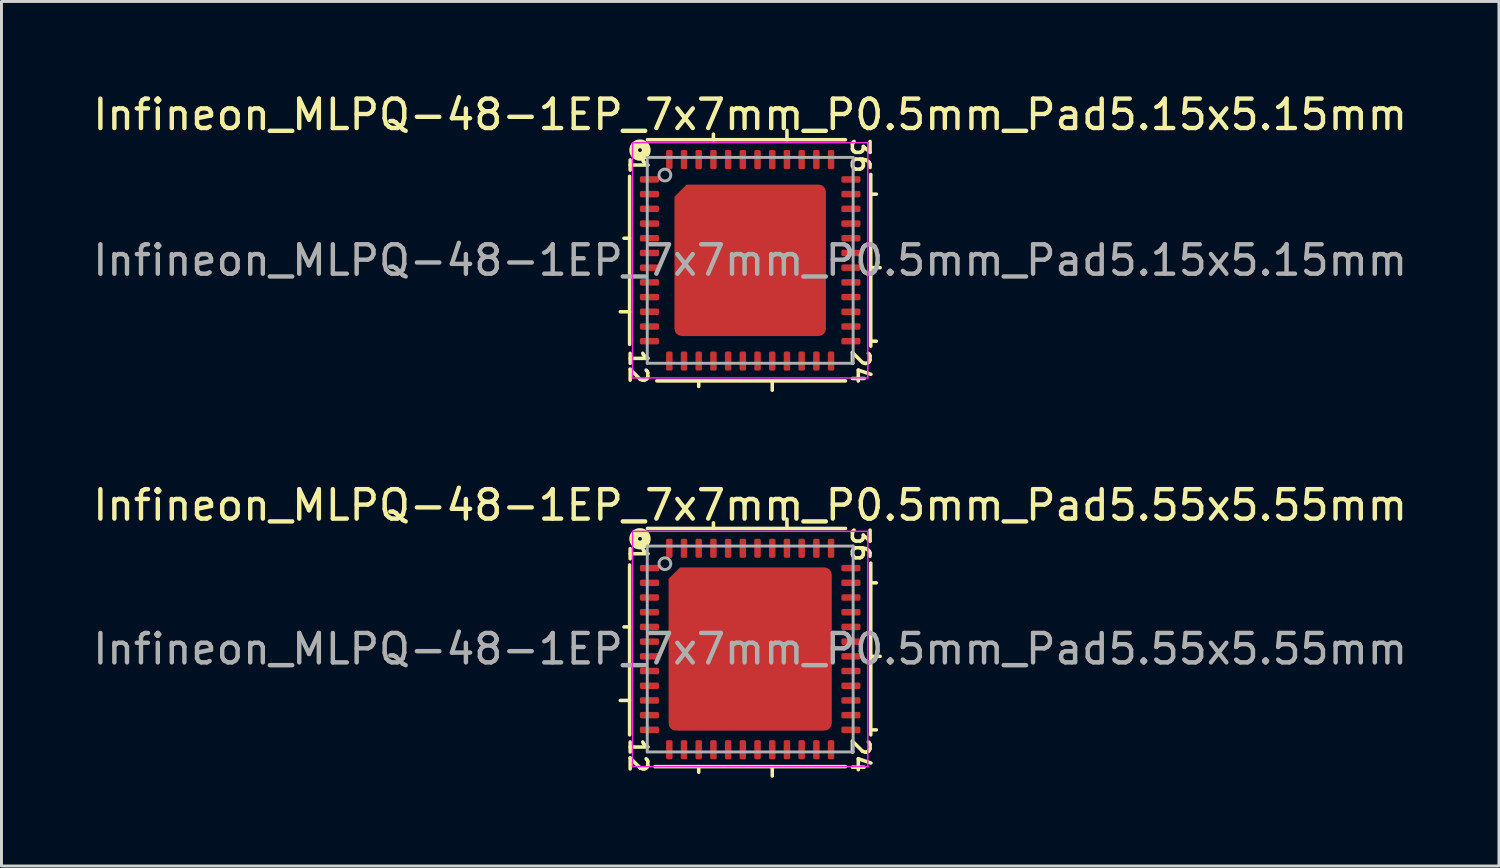
<source format=kicad_pcb>
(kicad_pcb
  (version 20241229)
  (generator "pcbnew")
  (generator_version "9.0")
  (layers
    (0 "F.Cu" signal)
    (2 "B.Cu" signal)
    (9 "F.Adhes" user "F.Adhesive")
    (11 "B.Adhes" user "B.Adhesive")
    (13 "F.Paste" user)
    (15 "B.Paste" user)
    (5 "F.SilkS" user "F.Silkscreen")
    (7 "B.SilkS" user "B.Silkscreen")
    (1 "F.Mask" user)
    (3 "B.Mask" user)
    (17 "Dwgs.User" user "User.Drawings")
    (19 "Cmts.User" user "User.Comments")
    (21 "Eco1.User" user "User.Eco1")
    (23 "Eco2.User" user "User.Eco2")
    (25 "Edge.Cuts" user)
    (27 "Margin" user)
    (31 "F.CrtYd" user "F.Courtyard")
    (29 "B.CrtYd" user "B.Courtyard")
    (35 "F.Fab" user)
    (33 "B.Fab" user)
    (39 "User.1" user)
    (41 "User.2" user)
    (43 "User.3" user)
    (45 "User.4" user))
  (footprint "Infineon_MLPQ-48-1EP_7x7mm_P0.5mm_Pad5.15x5.15mm"
    (layer "F.Cu")
    (at 22.458 5.801)
    (property "Reference" "Infineon_MLPQ-48-1EP_7x7mm_P0.5mm_Pad5.15x5.15mm" (at 0 -4.953 0) (layer "F.SilkS") (effects (font (size 1 1) (thickness 0.15))))
    (attr smd)
    (fp_line (start -4.418 1.75) (end -4.1 1.75) (stroke (width 0.12) (type solid)) (layer "F.SilkS"))
    (fp_line (start -4.29 -0.75) (end -4.1 -0.75) (stroke (width 0.12) (type solid)) (layer "F.SilkS"))
    (fp_line (start -4.1 -2.857) (end -4.1 2.857) (stroke (width 0.12) (type solid)) (layer "F.SilkS"))
    (fp_line (start -3.175 4.1) (end 3.239 4.1) (stroke (width 0.12) (type solid)) (layer "F.SilkS"))
    (fp_line (start -1.75 4.29) (end -1.75 4.1) (stroke (width 0.12) (type solid)) (layer "F.SilkS"))
    (fp_line (start -1.25 -4.29) (end -1.25 -4.1) (stroke (width 0.12) (type solid)) (layer "F.SilkS"))
    (fp_line (start 0.75 4.418) (end 0.75 4.1) (stroke (width 0.12) (type solid)) (layer "F.SilkS"))
    (fp_line (start 1.25 -4.418) (end 1.25 -4.1) (stroke (width 0.12) (type solid)) (layer "F.SilkS"))
    (fp_line (start 3.239 -4.1) (end -3.493 -4.1) (stroke (width 0.12) (type solid)) (layer "F.SilkS"))
    (fp_line (start 4.1 2.921) (end 4.1 -2.921) (stroke (width 0.12) (type solid)) (layer "F.SilkS"))
    (fp_line (start 4.29 -2.25) (end 4.1 -2.25) (stroke (width 0.12) (type solid)) (layer "F.SilkS"))
    (fp_line (start 4.29 2.75) (end 4.1 2.75) (stroke (width 0.12) (type solid)) (layer "F.SilkS"))
    (fp_line (start 4.418 0.25) (end 4.1 0.25) (stroke (width 0.12) (type solid)) (layer "F.SilkS"))
    (fp_circle (center -3.747 -3.747) (end -3.683 -3.747) (stroke (width 0.3) (type solid)) (fill no) (layer "F.SilkS"))
    (fp_line (start -4 -4) (end -4 4) (stroke (width 0.05) (type solid)) (layer "F.CrtYd"))
    (fp_line (start -4 4) (end 4 4) (stroke (width 0.05) (type solid)) (layer "F.CrtYd"))
    (fp_line (start 4 -4) (end -4 -4) (stroke (width 0.05) (type solid)) (layer "F.CrtYd"))
    (fp_line (start 4 4) (end 4 -4) (stroke (width 0.05) (type solid)) (layer "F.CrtYd"))
    (fp_line (start -3.5 3.5) (end -3.5 -3.5) (stroke (width 0.1) (type solid)) (layer "F.Fab"))
    (fp_line (start 3.5 -3.5) (end -3.5 -3.5) (stroke (width 0.1) (type solid)) (layer "F.Fab"))
    (fp_line (start 3.5 -3.5) (end 3.5 3.5) (stroke (width 0.1) (type solid)) (layer "F.Fab"))
    (fp_line (start 3.5 3.5) (end -3.5 3.5) (stroke (width 0.1) (type solid)) (layer "F.Fab"))
    (fp_circle (center -2.9 -2.9) (end -2.7 -2.9) (stroke (width 0.1) (type solid)) (fill no) (layer "F.Fab"))
    (fp_text user "24" (at 3.747 3.619 270) (unlocked yes) (layer "F.SilkS") (effects (font (size 0.6 0.6) (thickness 0.12))))
    (fp_text user "1" (at -3.81 -3.239 270) (unlocked yes) (layer "F.SilkS") (effects (font (size 0.6 0.6) (thickness 0.12))))
    (fp_text user "36" (at 3.747 -3.556 270) (unlocked yes) (layer "F.SilkS") (effects (font (size 0.6 0.6) (thickness 0.12))))
    (fp_text user "12" (at -3.81 3.619 270) (unlocked yes) (layer "F.SilkS") (effects (font (size 0.6 0.6) (thickness 0.12))))
    (fp_text user "${REFERENCE}" (at 0 0 0) (layer "F.Fab") (effects (font (size 1 1) (thickness 0.15))))
    (pad "" smd roundrect (at -2.025 -2.025) (size 1 1) (layers "F.Paste") (roundrect_rratio 0.25) (chamfer_ratio 0.4) (chamfer top_left))
    (pad "" smd roundrect (at -2.025 -0.675) (size 1 1) (layers "F.Paste") (roundrect_rratio 0.25))
    (pad "" smd roundrect (at -2.025 0.675) (size 1 1) (layers "F.Paste") (roundrect_rratio 0.25))
    (pad "" smd roundrect (at -2.025 2.025) (size 1 1) (layers "F.Paste") (roundrect_rratio 0.25))
    (pad "" smd roundrect (at -0.675 -2.025) (size 1 1) (layers "F.Paste") (roundrect_rratio 0.25))
    (pad "" smd roundrect (at -0.675 -0.675) (size 1 1) (layers "F.Paste") (roundrect_rratio 0.25))
    (pad "" smd roundrect (at -0.675 0.675) (size 1 1) (layers "F.Paste") (roundrect_rratio 0.25))
    (pad "" smd roundrect (at -0.675 2.025) (size 1 1) (layers "F.Paste") (roundrect_rratio 0.25))
    (pad "" smd roundrect (at 0.675 -2.025) (size 1 1) (layers "F.Paste") (roundrect_rratio 0.25))
    (pad "" smd roundrect (at 0.675 -0.675) (size 1 1) (layers "F.Paste") (roundrect_rratio 0.25))
    (pad "" smd roundrect (at 0.675 0.675) (size 1 1) (layers "F.Paste") (roundrect_rratio 0.25))
    (pad "" smd roundrect (at 0.675 2.025) (size 1 1) (layers "F.Paste") (roundrect_rratio 0.25))
    (pad "" smd roundrect (at 2.025 -2.025) (size 1 1) (layers "F.Paste") (roundrect_rratio 0.25))
    (pad "" smd roundrect (at 2.025 -0.675) (size 1 1) (layers "F.Paste") (roundrect_rratio 0.25))
    (pad "" smd roundrect (at 2.025 0.675) (size 1 1) (layers "F.Paste") (roundrect_rratio 0.25))
    (pad "" smd roundrect (at 2.025 2.025) (size 1 1) (layers "F.Paste") (roundrect_rratio 0.25))
    (pad "1" smd roundrect (at -3.425 -2.75) (size 0.65 0.22) (layers "F.Cu" "F.Mask" "F.Paste") (roundrect_rratio 0.25))
    (pad "2" smd roundrect (at -3.425 -2.25) (size 0.65 0.22) (layers "F.Cu" "F.Mask" "F.Paste") (roundrect_rratio 0.25))
    (pad "3" smd roundrect (at -3.425 -1.75) (size 0.65 0.22) (layers "F.Cu" "F.Mask" "F.Paste") (roundrect_rratio 0.25))
    (pad "4" smd roundrect (at -3.425 -1.25) (size 0.65 0.22) (layers "F.Cu" "F.Mask" "F.Paste") (roundrect_rratio 0.25))
    (pad "5" smd roundrect (at -3.425 -0.75) (size 0.65 0.22) (layers "F.Cu" "F.Mask" "F.Paste") (roundrect_rratio 0.25))
    (pad "6" smd roundrect (at -3.425 -0.25) (size 0.65 0.22) (layers "F.Cu" "F.Mask" "F.Paste") (roundrect_rratio 0.25))
    (pad "7" smd roundrect (at -3.425 0.25) (size 0.65 0.22) (layers "F.Cu" "F.Mask" "F.Paste") (roundrect_rratio 0.25))
    (pad "8" smd roundrect (at -3.425 0.75) (size 0.65 0.22) (layers "F.Cu" "F.Mask" "F.Paste") (roundrect_rratio 0.25))
    (pad "9" smd roundrect (at -3.425 1.25) (size 0.65 0.22) (layers "F.Cu" "F.Mask" "F.Paste") (roundrect_rratio 0.25))
    (pad "10" smd roundrect (at -3.425 1.75) (size 0.65 0.22) (layers "F.Cu" "F.Mask" "F.Paste") (roundrect_rratio 0.25))
    (pad "11" smd roundrect (at -3.425 2.25) (size 0.65 0.22) (layers "F.Cu" "F.Mask" "F.Paste") (roundrect_rratio 0.25))
    (pad "12" smd roundrect (at -3.425 2.75) (size 0.65 0.22) (layers "F.Cu" "F.Mask" "F.Paste") (roundrect_rratio 0.25))
    (pad "13" smd roundrect (at -2.75 3.425) (size 0.22 0.65) (layers "F.Cu" "F.Mask" "F.Paste") (roundrect_rratio 0.25))
    (pad "14" smd roundrect (at -2.25 3.425) (size 0.22 0.65) (layers "F.Cu" "F.Mask" "F.Paste") (roundrect_rratio 0.25))
    (pad "15" smd roundrect (at -1.75 3.425) (size 0.22 0.65) (layers "F.Cu" "F.Mask" "F.Paste") (roundrect_rratio 0.25))
    (pad "16" smd roundrect (at -1.25 3.425) (size 0.22 0.65) (layers "F.Cu" "F.Mask" "F.Paste") (roundrect_rratio 0.25))
    (pad "17" smd roundrect (at -0.75 3.425) (size 0.22 0.65) (layers "F.Cu" "F.Mask" "F.Paste") (roundrect_rratio 0.25))
    (pad "18" smd roundrect (at -0.25 3.425) (size 0.22 0.65) (layers "F.Cu" "F.Mask" "F.Paste") (roundrect_rratio 0.25))
    (pad "19" smd roundrect (at 0.25 3.425) (size 0.22 0.65) (layers "F.Cu" "F.Mask" "F.Paste") (roundrect_rratio 0.25))
    (pad "20" smd roundrect (at 0.75 3.425) (size 0.22 0.65) (layers "F.Cu" "F.Mask" "F.Paste") (roundrect_rratio 0.25))
    (pad "21" smd roundrect (at 1.25 3.425) (size 0.22 0.65) (layers "F.Cu" "F.Mask" "F.Paste") (roundrect_rratio 0.25))
    (pad "22" smd roundrect (at 1.75 3.425) (size 0.22 0.65) (layers "F.Cu" "F.Mask" "F.Paste") (roundrect_rratio 0.25))
    (pad "23" smd roundrect (at 2.25 3.425) (size 0.22 0.65) (layers "F.Cu" "F.Mask" "F.Paste") (roundrect_rratio 0.25))
    (pad "24" smd roundrect (at 2.75 3.425) (size 0.22 0.65) (layers "F.Cu" "F.Mask" "F.Paste") (roundrect_rratio 0.25))
    (pad "25" smd roundrect (at 3.425 2.75) (size 0.65 0.22) (layers "F.Cu" "F.Mask" "F.Paste") (roundrect_rratio 0.25))
    (pad "26" smd roundrect (at 3.425 2.25) (size 0.65 0.22) (layers "F.Cu" "F.Mask" "F.Paste") (roundrect_rratio 0.25))
    (pad "27" smd roundrect (at 3.425 1.75) (size 0.65 0.22) (layers "F.Cu" "F.Mask" "F.Paste") (roundrect_rratio 0.25))
    (pad "28" smd roundrect (at 3.425 1.25) (size 0.65 0.22) (layers "F.Cu" "F.Mask" "F.Paste") (roundrect_rratio 0.25))
    (pad "29" smd roundrect (at 3.425 0.75) (size 0.65 0.22) (layers "F.Cu" "F.Mask" "F.Paste") (roundrect_rratio 0.25))
    (pad "30" smd roundrect (at 3.425 0.25) (size 0.65 0.22) (layers "F.Cu" "F.Mask" "F.Paste") (roundrect_rratio 0.25))
    (pad "31" smd roundrect (at 3.425 -0.25) (size 0.65 0.22) (layers "F.Cu" "F.Mask" "F.Paste") (roundrect_rratio 0.25))
    (pad "32" smd roundrect (at 3.425 -0.75) (size 0.65 0.22) (layers "F.Cu" "F.Mask" "F.Paste") (roundrect_rratio 0.25))
    (pad "33" smd roundrect (at 3.425 -1.25) (size 0.65 0.22) (layers "F.Cu" "F.Mask" "F.Paste") (roundrect_rratio 0.25))
    (pad "34" smd roundrect (at 3.425 -1.75) (size 0.65 0.22) (layers "F.Cu" "F.Mask" "F.Paste") (roundrect_rratio 0.25))
    (pad "35" smd roundrect (at 3.425 -2.25) (size 0.65 0.22) (layers "F.Cu" "F.Mask" "F.Paste") (roundrect_rratio 0.25))
    (pad "36" smd roundrect (at 3.425 -2.75) (size 0.65 0.22) (layers "F.Cu" "F.Mask" "F.Paste") (roundrect_rratio 0.25))
    (pad "37" smd roundrect (at 2.75 -3.425) (size 0.22 0.65) (layers "F.Cu" "F.Mask" "F.Paste") (roundrect_rratio 0.25))
    (pad "38" smd roundrect (at 2.25 -3.425) (size 0.22 0.65) (layers "F.Cu" "F.Mask" "F.Paste") (roundrect_rratio 0.25))
    (pad "39" smd roundrect (at 1.75 -3.425) (size 0.22 0.65) (layers "F.Cu" "F.Mask" "F.Paste") (roundrect_rratio 0.25))
    (pad "40" smd roundrect (at 1.25 -3.425) (size 0.22 0.65) (layers "F.Cu" "F.Mask" "F.Paste") (roundrect_rratio 0.25))
    (pad "41" smd roundrect (at 0.75 -3.425) (size 0.22 0.65) (layers "F.Cu" "F.Mask" "F.Paste") (roundrect_rratio 0.25))
    (pad "42" smd roundrect (at 0.25 -3.425) (size 0.22 0.65) (layers "F.Cu" "F.Mask" "F.Paste") (roundrect_rratio 0.25))
    (pad "43" smd roundrect (at -0.25 -3.425) (size 0.22 0.65) (layers "F.Cu" "F.Mask" "F.Paste") (roundrect_rratio 0.25))
    (pad "44" smd roundrect (at -0.75 -3.425) (size 0.22 0.65) (layers "F.Cu" "F.Mask" "F.Paste") (roundrect_rratio 0.25))
    (pad "45" smd roundrect (at -1.25 -3.425) (size 0.22 0.65) (layers "F.Cu" "F.Mask" "F.Paste") (roundrect_rratio 0.25))
    (pad "46" smd roundrect (at -1.75 -3.425) (size 0.22 0.65) (layers "F.Cu" "F.Mask" "F.Paste") (roundrect_rratio 0.25))
    (pad "47" smd roundrect (at -2.25 -3.425) (size 0.22 0.65) (layers "F.Cu" "F.Mask" "F.Paste") (roundrect_rratio 0.25))
    (pad "48" smd roundrect (at -2.75 -3.425) (size 0.22 0.65) (layers "F.Cu" "F.Mask" "F.Paste") (roundrect_rratio 0.25))
    (pad "49" smd roundrect (at 0 0) (size 5.15 5.15) (layers "F.Cu" "F.Mask") (roundrect_rratio 0.049) (chamfer_ratio 0.08) (chamfer top_left)))
  (footprint "Infineon_MLPQ-48-1EP_7x7mm_P0.5mm_Pad5.55x5.55mm"
    (layer "F.Cu")
    (at 22.458 19.017)
    (property "Reference" "Infineon_MLPQ-48-1EP_7x7mm_P0.5mm_Pad5.55x5.55mm" (at 0 -4.889 0) (layer "F.SilkS") (effects (font (size 1 1) (thickness 0.15))))
    (attr smd)
    (fp_line (start -4.418 1.75) (end -4.1 1.75) (stroke (width 0.12) (type solid)) (layer "F.SilkS"))
    (fp_line (start -4.29 -0.75) (end -4.1 -0.75) (stroke (width 0.12) (type solid)) (layer "F.SilkS"))
    (fp_line (start -4.1 -2.857) (end -4.1 2.921) (stroke (width 0.12) (type solid)) (layer "F.SilkS"))
    (fp_line (start -3.239 4) (end 3.239 4) (stroke (width 0.12) (type solid)) (layer "F.SilkS"))
    (fp_line (start -1.75 4.191) (end -1.75 4) (stroke (width 0.12) (type solid)) (layer "F.SilkS"))
    (fp_line (start -1.25 -4.29) (end -1.25 -4.1) (stroke (width 0.12) (type solid)) (layer "F.SilkS"))
    (fp_line (start 0.75 4.318) (end 0.75 4) (stroke (width 0.12) (type solid)) (layer "F.SilkS"))
    (fp_line (start 1.25 -4.418) (end 1.25 -4.1) (stroke (width 0.12) (type solid)) (layer "F.SilkS"))
    (fp_line (start 3.239 -4.1) (end -3.493 -4.1) (stroke (width 0.12) (type solid)) (layer "F.SilkS"))
    (fp_line (start 4.1 2.921) (end 4.1 -2.921) (stroke (width 0.12) (type solid)) (layer "F.SilkS"))
    (fp_line (start 4.29 -2.25) (end 4.1 -2.25) (stroke (width 0.12) (type solid)) (layer "F.SilkS"))
    (fp_line (start 4.29 2.75) (end 4.1 2.75) (stroke (width 0.12) (type solid)) (layer "F.SilkS"))
    (fp_line (start 4.418 0.25) (end 4.1 0.25) (stroke (width 0.12) (type solid)) (layer "F.SilkS"))
    (fp_circle (center -3.747 -3.747) (end -3.683 -3.747) (stroke (width 0.3) (type solid)) (fill no) (layer "F.SilkS"))
    (fp_line (start -4 -4) (end -4 4) (stroke (width 0.05) (type solid)) (layer "F.CrtYd"))
    (fp_line (start -4 4) (end 4 4) (stroke (width 0.05) (type solid)) (layer "F.CrtYd"))
    (fp_line (start 4 -4) (end -4 -4) (stroke (width 0.05) (type solid)) (layer "F.CrtYd"))
    (fp_line (start 4 4) (end 4 -4) (stroke (width 0.05) (type solid)) (layer "F.CrtYd"))
    (fp_line (start -3.5 3.5) (end -3.5 -3.5) (stroke (width 0.1) (type solid)) (layer "F.Fab"))
    (fp_line (start 3.5 -3.5) (end -3.5 -3.5) (stroke (width 0.1) (type solid)) (layer "F.Fab"))
    (fp_line (start 3.5 -3.5) (end 3.5 3.5) (stroke (width 0.1) (type solid)) (layer "F.Fab"))
    (fp_line (start 3.5 3.5) (end -3.5 3.5) (stroke (width 0.1) (type solid)) (layer "F.Fab"))
    (fp_circle (center -2.9 -2.9) (end -2.7 -2.9) (stroke (width 0.1) (type solid)) (fill no) (layer "F.Fab"))
    (fp_text user "1" (at -3.81 -3.239 270) (unlocked yes) (layer "F.SilkS") (effects (font (size 0.6 0.6) (thickness 0.12))))
    (fp_text user "36" (at 3.747 -3.556 270) (unlocked yes) (layer "F.SilkS") (effects (font (size 0.6 0.6) (thickness 0.12))))
    (fp_text user "24" (at 3.747 3.619 270) (unlocked yes) (layer "F.SilkS") (effects (font (size 0.6 0.6) (thickness 0.12))))
    (fp_text user "12" (at -3.81 3.619 270) (unlocked yes) (layer "F.SilkS") (effects (font (size 0.6 0.6) (thickness 0.12))))
    (fp_text user "${REFERENCE}" (at 0 0 0) (layer "F.Fab") (effects (font (size 1 1) (thickness 0.15))))
    (pad "" smd roundrect (at -2.175 -2.175) (size 1.1 1.1) (layers "F.Paste") (roundrect_rratio 0.232) (chamfer_ratio 0.35) (chamfer top_left))
    (pad "" smd roundrect (at -2.175 -0.725) (size 1.1 1.1) (layers "F.Paste") (roundrect_rratio 0.227))
    (pad "" smd roundrect (at -2.175 0.725) (size 1.1 1.1) (layers "F.Paste") (roundrect_rratio 0.227))
    (pad "" smd roundrect (at -2.175 2.175) (size 1.1 1.1) (layers "F.Paste") (roundrect_rratio 0.227))
    (pad "" smd roundrect (at -0.725 -2.175) (size 1.1 1.1) (layers "F.Paste") (roundrect_rratio 0.232))
    (pad "" smd roundrect (at -0.725 -0.725) (size 1.1 1.1) (layers "F.Paste") (roundrect_rratio 0.227))
    (pad "" smd roundrect (at -0.725 0.725) (size 1.1 1.1) (layers "F.Paste") (roundrect_rratio 0.227))
    (pad "" smd roundrect (at -0.725 2.175) (size 1.1 1.1) (layers "F.Paste") (roundrect_rratio 0.227))
    (pad "" smd roundrect (at 0.725 -2.175) (size 1.1 1.1) (layers "F.Paste") (roundrect_rratio 0.227))
    (pad "" smd roundrect (at 0.725 -0.725) (size 1.1 1.1) (layers "F.Paste") (roundrect_rratio 0.227))
    (pad "" smd roundrect (at 0.725 0.725) (size 1.1 1.1) (layers "F.Paste") (roundrect_rratio 0.227))
    (pad "" smd roundrect (at 0.725 2.175) (size 1.1 1.1) (layers "F.Paste") (roundrect_rratio 0.227))
    (pad "" smd roundrect (at 2.175 -2.175) (size 1.1 1.1) (layers "F.Paste") (roundrect_rratio 0.227))
    (pad "" smd roundrect (at 2.175 -0.725) (size 1.1 1.1) (layers "F.Paste") (roundrect_rratio 0.227))
    (pad "" smd roundrect (at 2.175 0.725) (size 1.1 1.1) (layers "F.Paste") (roundrect_rratio 0.227))
    (pad "" smd roundrect (at 2.175 2.175) (size 1.1 1.1) (layers "F.Paste") (roundrect_rratio 0.227))
    (pad "1" smd roundrect (at -3.425 -2.75) (size 0.65 0.22) (layers "F.Cu" "F.Mask" "F.Paste") (roundrect_rratio 0.25))
    (pad "2" smd roundrect (at -3.425 -2.25) (size 0.65 0.22) (layers "F.Cu" "F.Mask" "F.Paste") (roundrect_rratio 0.25))
    (pad "3" smd roundrect (at -3.425 -1.75) (size 0.65 0.22) (layers "F.Cu" "F.Mask" "F.Paste") (roundrect_rratio 0.25))
    (pad "4" smd roundrect (at -3.425 -1.25) (size 0.65 0.22) (layers "F.Cu" "F.Mask" "F.Paste") (roundrect_rratio 0.25))
    (pad "5" smd roundrect (at -3.425 -0.75) (size 0.65 0.22) (layers "F.Cu" "F.Mask" "F.Paste") (roundrect_rratio 0.25))
    (pad "6" smd roundrect (at -3.425 -0.25) (size 0.65 0.22) (layers "F.Cu" "F.Mask" "F.Paste") (roundrect_rratio 0.25))
    (pad "7" smd roundrect (at -3.425 0.25) (size 0.65 0.22) (layers "F.Cu" "F.Mask" "F.Paste") (roundrect_rratio 0.25))
    (pad "8" smd roundrect (at -3.425 0.75) (size 0.65 0.22) (layers "F.Cu" "F.Mask" "F.Paste") (roundrect_rratio 0.25))
    (pad "9" smd roundrect (at -3.425 1.25) (size 0.65 0.22) (layers "F.Cu" "F.Mask" "F.Paste") (roundrect_rratio 0.25))
    (pad "10" smd roundrect (at -3.425 1.75) (size 0.65 0.22) (layers "F.Cu" "F.Mask" "F.Paste") (roundrect_rratio 0.25))
    (pad "11" smd roundrect (at -3.425 2.25) (size 0.65 0.22) (layers "F.Cu" "F.Mask" "F.Paste") (roundrect_rratio 0.25))
    (pad "12" smd roundrect (at -3.425 2.75) (size 0.65 0.22) (layers "F.Cu" "F.Mask" "F.Paste") (roundrect_rratio 0.25))
    (pad "13" smd roundrect (at -2.75 3.425) (size 0.22 0.65) (layers "F.Cu" "F.Mask" "F.Paste") (roundrect_rratio 0.25))
    (pad "14" smd roundrect (at -2.25 3.425) (size 0.22 0.65) (layers "F.Cu" "F.Mask" "F.Paste") (roundrect_rratio 0.25))
    (pad "15" smd roundrect (at -1.75 3.425) (size 0.22 0.65) (layers "F.Cu" "F.Mask" "F.Paste") (roundrect_rratio 0.25))
    (pad "16" smd roundrect (at -1.25 3.425) (size 0.22 0.65) (layers "F.Cu" "F.Mask" "F.Paste") (roundrect_rratio 0.25))
    (pad "17" smd roundrect (at -0.75 3.425) (size 0.22 0.65) (layers "F.Cu" "F.Mask" "F.Paste") (roundrect_rratio 0.25))
    (pad "18" smd roundrect (at -0.25 3.425) (size 0.22 0.65) (layers "F.Cu" "F.Mask" "F.Paste") (roundrect_rratio 0.25))
    (pad "19" smd roundrect (at 0.25 3.425) (size 0.22 0.65) (layers "F.Cu" "F.Mask" "F.Paste") (roundrect_rratio 0.25))
    (pad "20" smd roundrect (at 0.75 3.425) (size 0.22 0.65) (layers "F.Cu" "F.Mask" "F.Paste") (roundrect_rratio 0.25))
    (pad "21" smd roundrect (at 1.25 3.425) (size 0.22 0.65) (layers "F.Cu" "F.Mask" "F.Paste") (roundrect_rratio 0.25))
    (pad "22" smd roundrect (at 1.75 3.425) (size 0.22 0.65) (layers "F.Cu" "F.Mask" "F.Paste") (roundrect_rratio 0.25))
    (pad "23" smd roundrect (at 2.25 3.425) (size 0.22 0.65) (layers "F.Cu" "F.Mask" "F.Paste") (roundrect_rratio 0.25))
    (pad "24" smd roundrect (at 2.75 3.425) (size 0.22 0.65) (layers "F.Cu" "F.Mask" "F.Paste") (roundrect_rratio 0.25))
    (pad "25" smd roundrect (at 3.425 2.75) (size 0.65 0.22) (layers "F.Cu" "F.Mask" "F.Paste") (roundrect_rratio 0.25))
    (pad "26" smd roundrect (at 3.425 2.25) (size 0.65 0.22) (layers "F.Cu" "F.Mask" "F.Paste") (roundrect_rratio 0.25))
    (pad "27" smd roundrect (at 3.425 1.75) (size 0.65 0.22) (layers "F.Cu" "F.Mask" "F.Paste") (roundrect_rratio 0.25))
    (pad "28" smd roundrect (at 3.425 1.25) (size 0.65 0.22) (layers "F.Cu" "F.Mask" "F.Paste") (roundrect_rratio 0.25))
    (pad "29" smd roundrect (at 3.425 0.75) (size 0.65 0.22) (layers "F.Cu" "F.Mask" "F.Paste") (roundrect_rratio 0.25))
    (pad "30" smd roundrect (at 3.425 0.25) (size 0.65 0.22) (layers "F.Cu" "F.Mask" "F.Paste") (roundrect_rratio 0.25))
    (pad "31" smd roundrect (at 3.425 -0.25) (size 0.65 0.22) (layers "F.Cu" "F.Mask" "F.Paste") (roundrect_rratio 0.25))
    (pad "32" smd roundrect (at 3.425 -0.75) (size 0.65 0.22) (layers "F.Cu" "F.Mask" "F.Paste") (roundrect_rratio 0.25))
    (pad "33" smd roundrect (at 3.425 -1.25) (size 0.65 0.22) (layers "F.Cu" "F.Mask" "F.Paste") (roundrect_rratio 0.25))
    (pad "34" smd roundrect (at 3.425 -1.75) (size 0.65 0.22) (layers "F.Cu" "F.Mask" "F.Paste") (roundrect_rratio 0.25))
    (pad "35" smd roundrect (at 3.425 -2.25) (size 0.65 0.22) (layers "F.Cu" "F.Mask" "F.Paste") (roundrect_rratio 0.25))
    (pad "36" smd roundrect (at 3.425 -2.75) (size 0.65 0.22) (layers "F.Cu" "F.Mask" "F.Paste") (roundrect_rratio 0.25))
    (pad "37" smd roundrect (at 2.75 -3.425) (size 0.22 0.65) (layers "F.Cu" "F.Mask" "F.Paste") (roundrect_rratio 0.25))
    (pad "38" smd roundrect (at 2.25 -3.425) (size 0.22 0.65) (layers "F.Cu" "F.Mask" "F.Paste") (roundrect_rratio 0.25))
    (pad "39" smd roundrect (at 1.75 -3.425) (size 0.22 0.65) (layers "F.Cu" "F.Mask" "F.Paste") (roundrect_rratio 0.25))
    (pad "40" smd roundrect (at 1.25 -3.425) (size 0.22 0.65) (layers "F.Cu" "F.Mask" "F.Paste") (roundrect_rratio 0.25))
    (pad "41" smd roundrect (at 0.75 -3.425) (size 0.22 0.65) (layers "F.Cu" "F.Mask" "F.Paste") (roundrect_rratio 0.25))
    (pad "42" smd roundrect (at 0.25 -3.425) (size 0.22 0.65) (layers "F.Cu" "F.Mask" "F.Paste") (roundrect_rratio 0.25))
    (pad "43" smd roundrect (at -0.25 -3.425) (size 0.22 0.65) (layers "F.Cu" "F.Mask" "F.Paste") (roundrect_rratio 0.25))
    (pad "44" smd roundrect (at -0.75 -3.425) (size 0.22 0.65) (layers "F.Cu" "F.Mask" "F.Paste") (roundrect_rratio 0.25))
    (pad "45" smd roundrect (at -1.25 -3.425) (size 0.22 0.65) (layers "F.Cu" "F.Mask" "F.Paste") (roundrect_rratio 0.25))
    (pad "46" smd roundrect (at -1.75 -3.425) (size 0.22 0.65) (layers "F.Cu" "F.Mask" "F.Paste") (roundrect_rratio 0.25))
    (pad "47" smd roundrect (at -2.25 -3.425) (size 0.22 0.65) (layers "F.Cu" "F.Mask" "F.Paste") (roundrect_rratio 0.25))
    (pad "48" smd roundrect (at -2.75 -3.425) (size 0.22 0.65) (layers "F.Cu" "F.Mask" "F.Paste") (roundrect_rratio 0.25))
    (pad "49" smd roundrect (at 0 0) (size 5.55 5.55) (layers "F.Cu" "F.Mask") (roundrect_rratio 0.045) (chamfer_ratio 0.07) (chamfer top_left)))
  (gr_rect
    (start -3 -3)
    (end 47.917 26.395)
    (stroke (width 0.1) (type default))
    (fill no)
    (layer "Edge.Cuts")))
</source>
